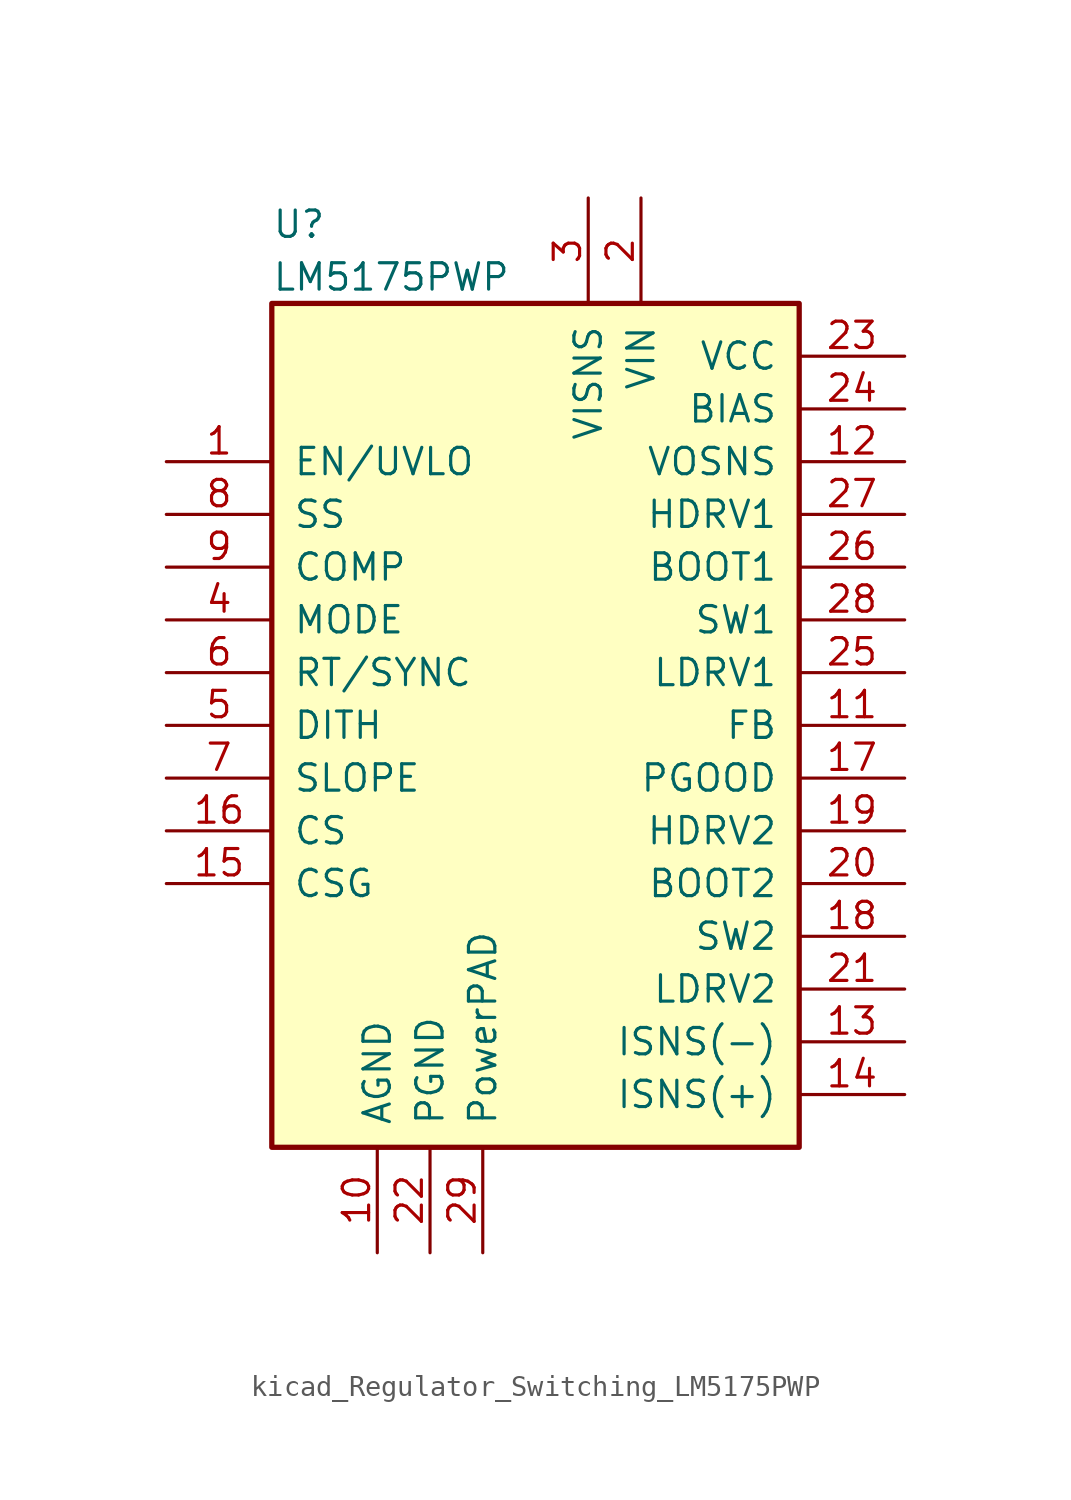
<source format=kicad_sym>
(kicad_symbol_lib
  (version 20220914)
  (generator kicad_symbol_editor)
  (symbol "kicad_Regulator_Switching_LM5175PWP"
    (pin_names
      (offset 1.016))
    (property "Reference" "U"
      (at -12.7 24.13 0)
      (effects (font (size 1.27 1.27)) (justify left)))
    (property "Value" "LM5175PWP"
      (at -12.7 21.59 0)
      (effects (font (size 1.27 1.27)) (justify left)))
    (symbol "kicad_Regulator_Switching_LM5175PWP_0_1"
      (rectangle (start -12.7 20.32) (end 12.7 -20.32) (stroke (width 0.254) (type default)) (fill (type background))))
    (symbol "kicad_Regulator_Switching_LM5175PWP_1_1"
      (pin input line (at -17.78 12.7 0) (length 5.08) (name "EN/UVLO" (effects (font (size 1.27 1.27)))) (number "1" (effects (font (size 1.27 1.27)))))
      (pin power_in line (at -7.62 -25.4 90) (length 5.08) (name "AGND" (effects (font (size 1.27 1.27)))) (number "10" (effects (font (size 1.27 1.27)))))
      (pin input line (at 17.78 0 180) (length 5.08) (name "FB" (effects (font (size 1.27 1.27)))) (number "11" (effects (font (size 1.27 1.27)))))
      (pin output line (at 17.78 12.7 180) (length 5.08) (name "VOSNS" (effects (font (size 1.27 1.27)))) (number "12" (effects (font (size 1.27 1.27)))))
      (pin input line (at 17.78 -15.24 180) (length 5.08) (name "ISNS(-)" (effects (font (size 1.27 1.27)))) (number "13" (effects (font (size 1.27 1.27)))))
      (pin input line (at 17.78 -17.78 180) (length 5.08) (name "ISNS(+)" (effects (font (size 1.27 1.27)))) (number "14" (effects (font (size 1.27 1.27)))))
      (pin input line (at -17.78 -7.62 0) (length 5.08) (name "CSG" (effects (font (size 1.27 1.27)))) (number "15" (effects (font (size 1.27 1.27)))))
      (pin input line (at -17.78 -5.08 0) (length 5.08) (name "CS" (effects (font (size 1.27 1.27)))) (number "16" (effects (font (size 1.27 1.27)))))
      (pin output line (at 17.78 -2.54 180) (length 5.08) (name "PGOOD" (effects (font (size 1.27 1.27)))) (number "17" (effects (font (size 1.27 1.27)))))
      (pin output line (at 17.78 -10.16 180) (length 5.08) (name "SW2" (effects (font (size 1.27 1.27)))) (number "18" (effects (font (size 1.27 1.27)))))
      (pin output line (at 17.78 -5.08 180) (length 5.08) (name "HDRV2" (effects (font (size 1.27 1.27)))) (number "19" (effects (font (size 1.27 1.27)))))
      (pin power_in line (at 5.08 25.4 270) (length 5.08) (name "VIN" (effects (font (size 1.27 1.27)))) (number "2" (effects (font (size 1.27 1.27)))))
      (pin passive line (at 17.78 -7.62 180) (length 5.08) (name "BOOT2" (effects (font (size 1.27 1.27)))) (number "20" (effects (font (size 1.27 1.27)))))
      (pin output line (at 17.78 -12.7 180) (length 5.08) (name "LDRV2" (effects (font (size 1.27 1.27)))) (number "21" (effects (font (size 1.27 1.27)))))
      (pin power_in line (at -5.08 -25.4 90) (length 5.08) (name "PGND" (effects (font (size 1.27 1.27)))) (number "22" (effects (font (size 1.27 1.27)))))
      (pin power_in line (at 17.78 17.78 180) (length 5.08) (name "VCC" (effects (font (size 1.27 1.27)))) (number "23" (effects (font (size 1.27 1.27)))))
      (pin input line (at 17.78 15.24 180) (length 5.08) (name "BIAS" (effects (font (size 1.27 1.27)))) (number "24" (effects (font (size 1.27 1.27)))))
      (pin output line (at 17.78 2.54 180) (length 5.08) (name "LDRV1" (effects (font (size 1.27 1.27)))) (number "25" (effects (font (size 1.27 1.27)))))
      (pin passive line (at 17.78 7.62 180) (length 5.08) (name "BOOT1" (effects (font (size 1.27 1.27)))) (number "26" (effects (font (size 1.27 1.27)))))
      (pin output line (at 17.78 10.16 180) (length 5.08) (name "HDRV1" (effects (font (size 1.27 1.27)))) (number "27" (effects (font (size 1.27 1.27)))))
      (pin output line (at 17.78 5.08 180) (length 5.08) (name "SW1" (effects (font (size 1.27 1.27)))) (number "28" (effects (font (size 1.27 1.27)))))
      (pin input line (at -2.54 -25.4 90) (length 5.08) (name "PowerPAD" (effects (font (size 1.27 1.27)))) (number "29" (effects (font (size 1.27 1.27)))))
      (pin input line (at 2.54 25.4 270) (length 5.08) (name "VISNS" (effects (font (size 1.27 1.27)))) (number "3" (effects (font (size 1.27 1.27)))))
      (pin input line (at -17.78 5.08 0) (length 5.08) (name "MODE" (effects (font (size 1.27 1.27)))) (number "4" (effects (font (size 1.27 1.27)))))
      (pin passive line (at -17.78 0 0) (length 5.08) (name "DITH" (effects (font (size 1.27 1.27)))) (number "5" (effects (font (size 1.27 1.27)))))
      (pin input line (at -17.78 2.54 0) (length 5.08) (name "RT/SYNC" (effects (font (size 1.27 1.27)))) (number "6" (effects (font (size 1.27 1.27)))))
      (pin passive line (at -17.78 -2.54 0) (length 5.08) (name "SLOPE" (effects (font (size 1.27 1.27)))) (number "7" (effects (font (size 1.27 1.27)))))
      (pin passive line (at -17.78 10.16 0) (length 5.08) (name "SS" (effects (font (size 1.27 1.27)))) (number "8" (effects (font (size 1.27 1.27)))))
      (pin passive line (at -17.78 7.62 0) (length 5.08) (name "COMP" (effects (font (size 1.27 1.27)))) (number "9" (effects (font (size 1.27 1.27))))))))
</source>
